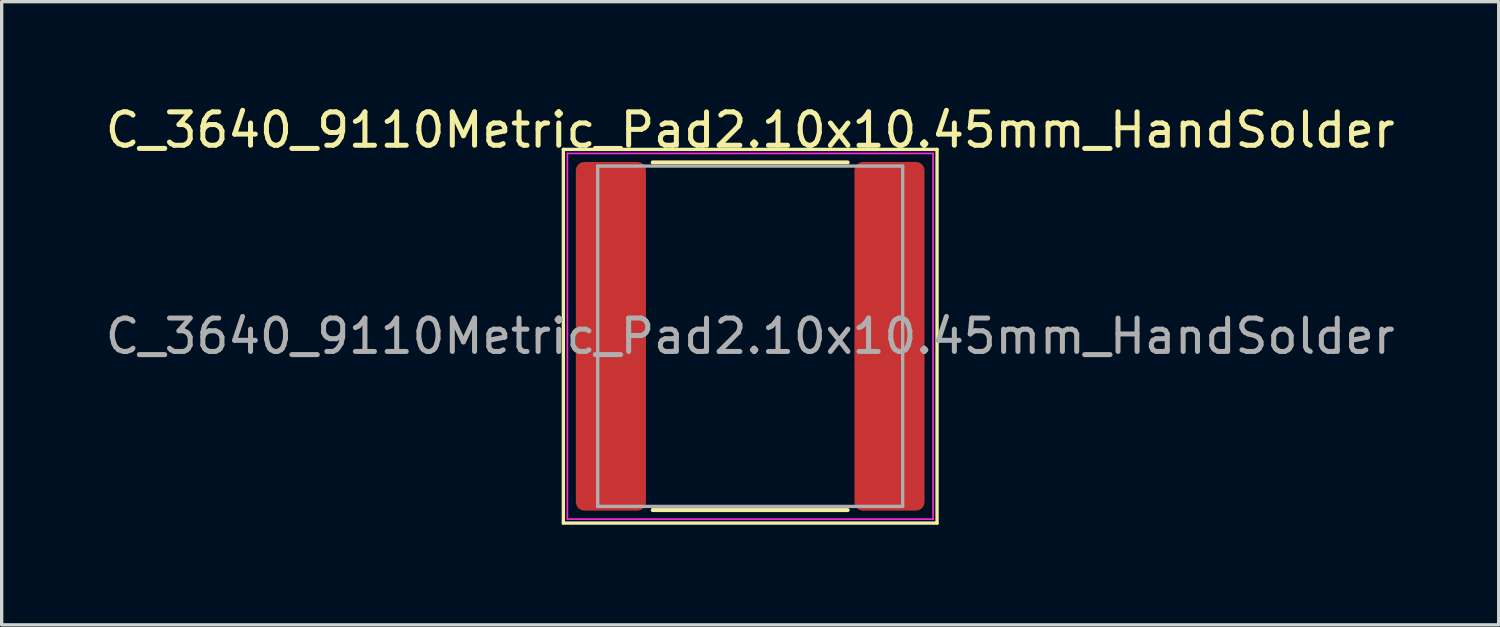
<source format=kicad_pcb>
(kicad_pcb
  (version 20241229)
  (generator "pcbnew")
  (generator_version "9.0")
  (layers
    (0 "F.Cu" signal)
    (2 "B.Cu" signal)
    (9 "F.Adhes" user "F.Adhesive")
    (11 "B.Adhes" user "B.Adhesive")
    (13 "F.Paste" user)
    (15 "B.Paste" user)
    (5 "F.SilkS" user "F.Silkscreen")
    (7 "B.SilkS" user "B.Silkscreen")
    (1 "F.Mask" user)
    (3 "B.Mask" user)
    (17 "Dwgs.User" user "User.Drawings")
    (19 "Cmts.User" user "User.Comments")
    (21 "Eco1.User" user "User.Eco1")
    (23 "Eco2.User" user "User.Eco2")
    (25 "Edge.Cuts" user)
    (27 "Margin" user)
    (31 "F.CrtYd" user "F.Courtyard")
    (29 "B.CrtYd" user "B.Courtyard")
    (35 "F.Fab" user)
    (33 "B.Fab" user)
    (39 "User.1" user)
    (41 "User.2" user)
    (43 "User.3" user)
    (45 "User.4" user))
  (footprint "C_3640_9110Metric_Pad2.10x10.45mm_HandSolder"
    (layer "F.Cu")
    (at 19.435 7.028)
    (property "Reference" "C_3640_9110Metric_Pad2.10x10.45mm_HandSolder" (at 0 -6.18 0) (layer "F.SilkS") (effects (font (size 1 1) (thickness 0.15))))
    (attr smd)
    (fp_line (start -5.6 -5.6) (end 5.6 -5.6) (stroke (width 0.1) (type default)) (layer "F.SilkS"))
    (fp_line (start -5.6 5.6) (end -5.6 -5.6) (stroke (width 0.1) (type default)) (layer "F.SilkS"))
    (fp_line (start -2.922 -5.21) (end 2.922 -5.21) (stroke (width 0.12) (type solid)) (layer "F.SilkS"))
    (fp_line (start -2.922 5.21) (end 2.922 5.21) (stroke (width 0.12) (type solid)) (layer "F.SilkS"))
    (fp_line (start 5.6 -5.6) (end 5.6 5.6) (stroke (width 0.1) (type default)) (layer "F.SilkS"))
    (fp_line (start 5.6 5.6) (end -5.6 5.6) (stroke (width 0.1) (type default)) (layer "F.SilkS"))
    (fp_line (start -5.48 -5.48) (end 5.48 -5.48) (stroke (width 0.05) (type solid)) (layer "F.CrtYd"))
    (fp_line (start -5.48 5.48) (end -5.48 -5.48) (stroke (width 0.05) (type solid)) (layer "F.CrtYd"))
    (fp_line (start 5.48 -5.48) (end 5.48 5.48) (stroke (width 0.05) (type solid)) (layer "F.CrtYd"))
    (fp_line (start 5.48 5.48) (end -5.48 5.48) (stroke (width 0.05) (type solid)) (layer "F.CrtYd"))
    (fp_line (start -4.57 -5.1) (end 4.57 -5.1) (stroke (width 0.1) (type solid)) (layer "F.Fab"))
    (fp_line (start -4.57 5.1) (end -4.57 -5.1) (stroke (width 0.1) (type solid)) (layer "F.Fab"))
    (fp_line (start 4.57 -5.1) (end 4.57 5.1) (stroke (width 0.1) (type solid)) (layer "F.Fab"))
    (fp_line (start 4.57 5.1) (end -4.57 5.1) (stroke (width 0.1) (type solid)) (layer "F.Fab"))
    (fp_text user "${REFERENCE}" (at 0 0 0) (layer "F.Fab") (effects (font (size 1 1) (thickness 0.15))))
    (pad "1" smd roundrect (at -4.175 0) (size 2.1 10.45) (layers "F.Cu" "F.Mask" "F.Paste") (roundrect_rratio 0.119))
    (pad "2" smd roundrect (at 4.175 0) (size 2.1 10.45) (layers "F.Cu" "F.Mask" "F.Paste") (roundrect_rratio 0.119)))
  (gr_rect
    (start -3 -3)
    (end 41.869 15.678)
    (stroke (width 0.1) (type default))
    (fill no)
    (layer "Edge.Cuts")))
</source>
